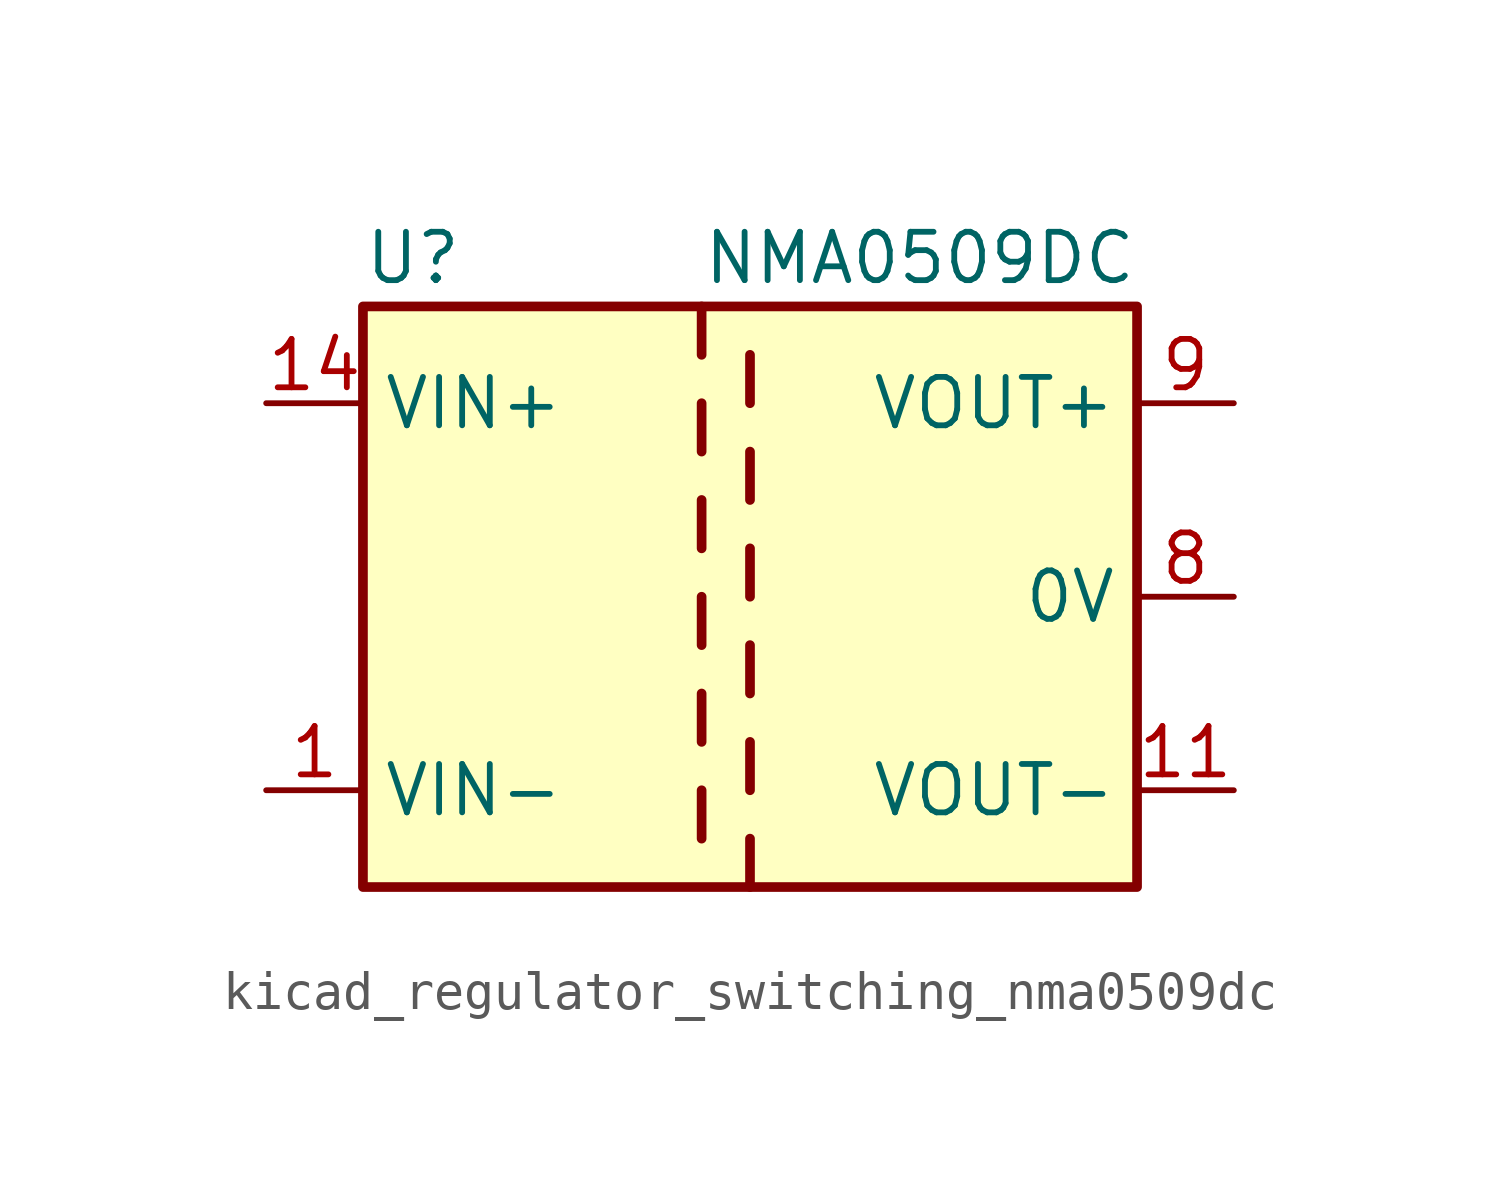
<source format=kicad_sym>
(kicad_symbol_lib
  (version 20220914)
  (generator kicad_symbol_editor)
  (symbol "kicad_regulator_switching_nma0509dc"
    (property "Reference" "U"
      (at -10.16 8.89 0)
      (effects (font (size 1.27 1.27)) (justify left)))
    (property "Value" "NMA0509DC"
      (at -1.27 8.89 0)
      (effects (font (size 1.27 1.27)) (justify left)))
    (symbol "kicad_regulator_switching_nma0509dc_0_1"
      (rectangle (start -10.16 7.62) (end 10.16 -7.62) (stroke (width 0.254) (type default)) (fill (type background)))
      (polyline (pts (xy -1.27 -5.08) (xy -1.27 -6.35)) (stroke (width 0.254) (type default)) (fill (type none)))
      (polyline (pts (xy -1.27 -2.54) (xy -1.27 -3.81)) (stroke (width 0.254) (type default)) (fill (type none)))
      (polyline (pts (xy -1.27 0) (xy -1.27 -1.27)) (stroke (width 0.254) (type default)) (fill (type none)))
      (polyline (pts (xy -1.27 2.54) (xy -1.27 1.27)) (stroke (width 0.254) (type default)) (fill (type none)))
      (polyline (pts (xy -1.27 5.08) (xy -1.27 3.81)) (stroke (width 0.254) (type default)) (fill (type none)))
      (polyline (pts (xy -1.27 7.62) (xy -1.27 6.35)) (stroke (width 0.254) (type default)) (fill (type none)))
      (polyline (pts (xy 0 -7.62) (xy 0 -6.35)) (stroke (width 0.254) (type default)) (fill (type none)))
      (polyline (pts (xy 0 -5.08) (xy 0 -3.81)) (stroke (width 0.254) (type default)) (fill (type none)))
      (polyline (pts (xy 0 -1.27) (xy 0 -2.54)) (stroke (width 0.254) (type default)) (fill (type none)))
      (polyline (pts (xy 0 0) (xy 0 1.27)) (stroke (width 0.254) (type default)) (fill (type none)))
      (polyline (pts (xy 0 2.54) (xy 0 3.81)) (stroke (width 0.254) (type default)) (fill (type none)))
      (polyline (pts (xy 0 5.08) (xy 0 6.35)) (stroke (width 0.254) (type default)) (fill (type none))))
    (symbol "kicad_regulator_switching_nma0509dc_1_1"
      (pin power_in line (at -12.7 -5.08 0) (length 2.54) (name "VIN-" (effects (font (size 1.27 1.27)))) (number "1" (effects (font (size 1.27 1.27)))))
      (pin power_out line (at 12.7 -5.08 180) (length 2.54) (name "VOUT-" (effects (font (size 1.27 1.27)))) (number "11" (effects (font (size 1.27 1.27)))))
      (pin power_in line (at -12.7 5.08 0) (length 2.54) (name "VIN+" (effects (font (size 1.27 1.27)))) (number "14" (effects (font (size 1.27 1.27)))))
      (pin no_connect line (at -10.16 0 0) (length 2.54) hide (name "NC" (effects (font (size 1.27 1.27)))) (number "7" (effects (font (size 1.27 1.27)))))
      (pin power_out line (at 12.7 0 180) (length 2.54) (name "0V" (effects (font (size 1.27 1.27)))) (number "8" (effects (font (size 1.27 1.27)))))
      (pin power_out line (at 12.7 5.08 180) (length 2.54) (name "VOUT+" (effects (font (size 1.27 1.27)))) (number "9" (effects (font (size 1.27 1.27))))))))
</source>
